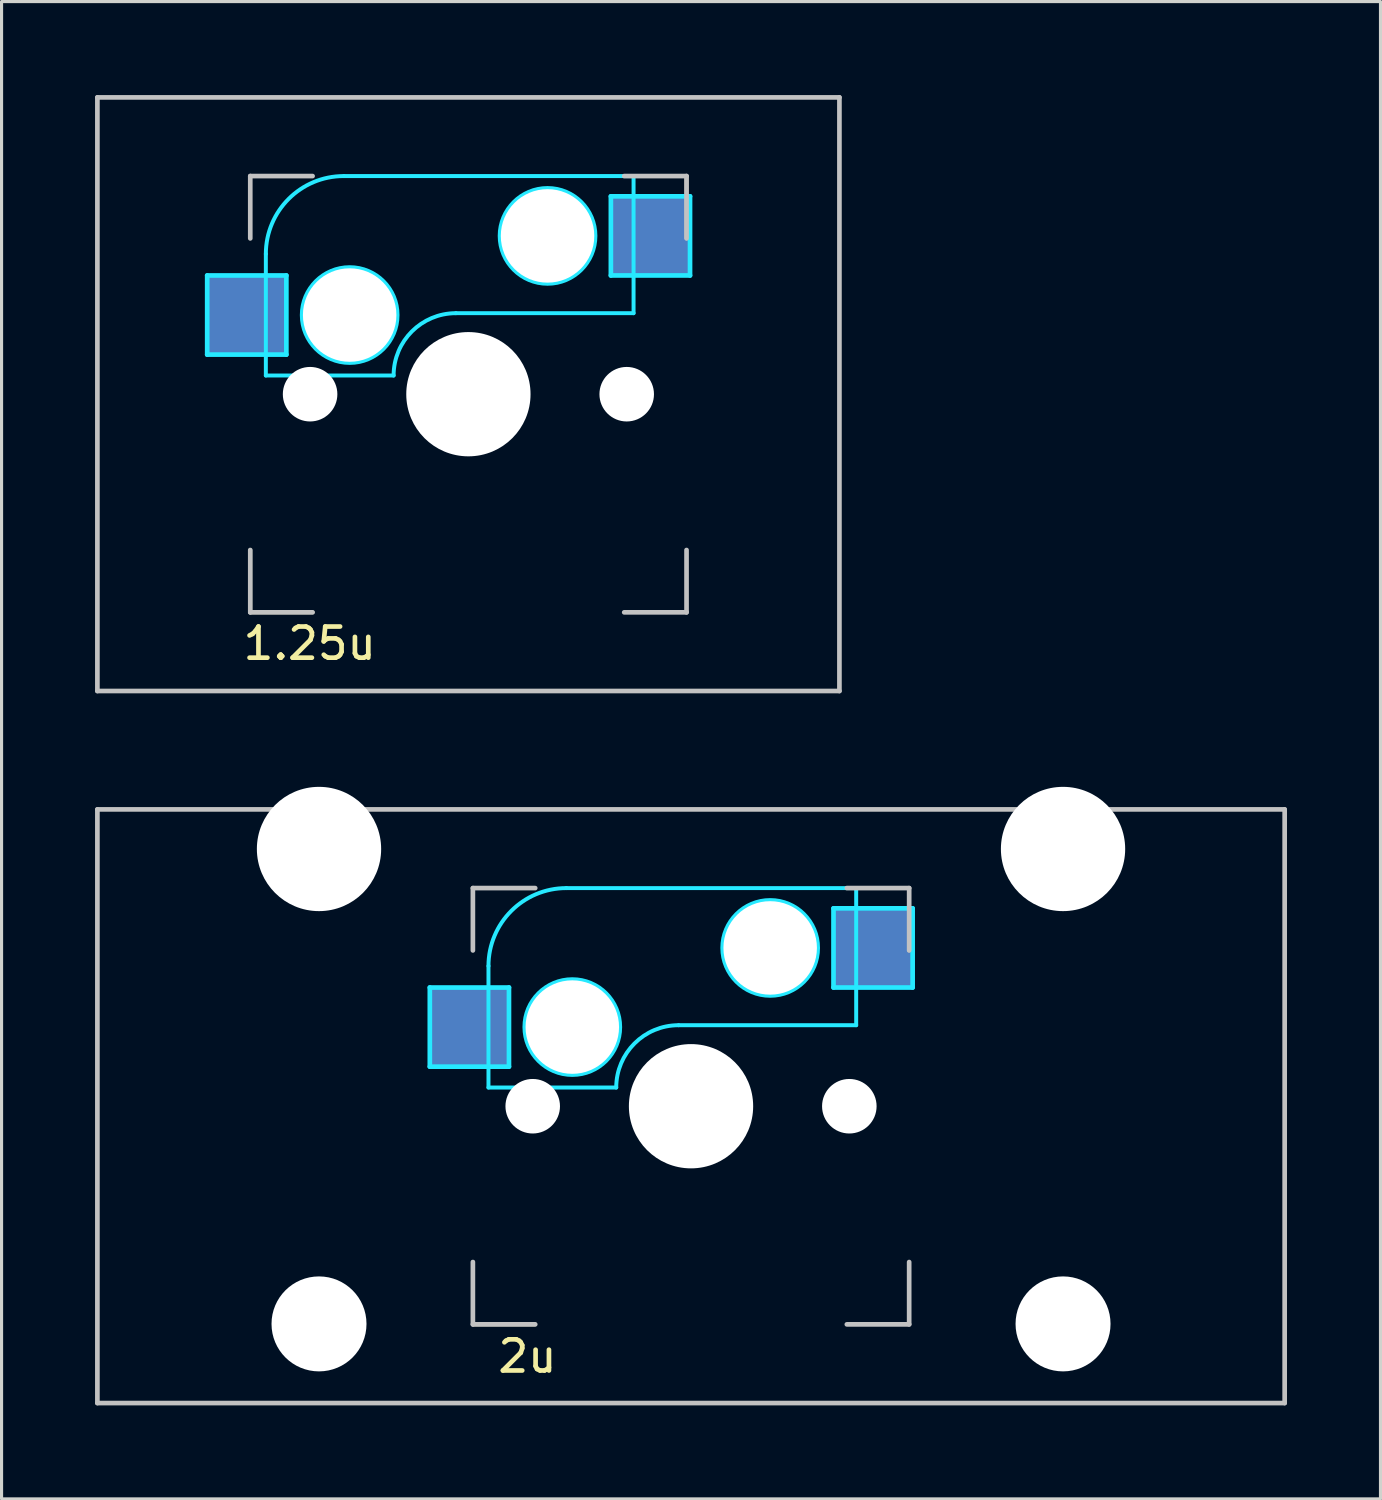
<source format=kicad_pcb>
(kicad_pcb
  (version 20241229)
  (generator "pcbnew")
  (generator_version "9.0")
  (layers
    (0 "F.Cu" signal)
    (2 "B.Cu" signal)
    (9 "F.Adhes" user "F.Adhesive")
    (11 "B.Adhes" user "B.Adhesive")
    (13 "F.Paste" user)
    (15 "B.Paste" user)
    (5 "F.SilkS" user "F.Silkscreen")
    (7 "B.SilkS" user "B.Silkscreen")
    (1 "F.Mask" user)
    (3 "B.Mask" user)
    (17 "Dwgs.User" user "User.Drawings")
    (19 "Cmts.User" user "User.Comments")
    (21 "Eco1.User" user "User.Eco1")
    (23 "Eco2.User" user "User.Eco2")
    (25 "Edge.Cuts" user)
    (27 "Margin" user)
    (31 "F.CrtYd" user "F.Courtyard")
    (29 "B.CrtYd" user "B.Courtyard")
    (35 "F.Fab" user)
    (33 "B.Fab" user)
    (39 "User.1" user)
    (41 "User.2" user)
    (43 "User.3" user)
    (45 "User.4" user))
  (footprint "1.25u"
    (layer "F.Cu")
    (at 11.981 9.6)
    (property "Reference" "1.25u" (at -5.094 8 0) (unlocked yes) (layer "F.SilkS") (effects (font (size 1 1) (thickness 0.15))))
    (attr through_hole)
    (fp_line (start -7 5) (end -7 7) (stroke (width 0.12) (type solid)) (layer "F.SilkS"))
    (fp_line (start -7 7) (end -5 7) (stroke (width 0.12) (type solid)) (layer "F.SilkS"))
    (fp_line (start 5 -7) (end 7 -7) (stroke (width 0.12) (type solid)) (layer "F.SilkS"))
    (fp_line (start 7 -7) (end 7 -5) (stroke (width 0.12) (type solid)) (layer "F.SilkS"))
    (fp_line (start -11.906 -9.525) (end 11.906 -9.525) (stroke (width 0.15) (type solid)) (layer "Dwgs.User"))
    (fp_line (start -11.906 9.525) (end -11.906 -9.525) (stroke (width 0.15) (type solid)) (layer "Dwgs.User"))
    (fp_line (start -7 -7) (end -7 -5) (stroke (width 0.15) (type solid)) (layer "Dwgs.User"))
    (fp_line (start -7 5) (end -7 7) (stroke (width 0.15) (type solid)) (layer "Dwgs.User"))
    (fp_line (start -7 7) (end -5 7) (stroke (width 0.15) (type solid)) (layer "Dwgs.User"))
    (fp_line (start -5 -7) (end -7 -7) (stroke (width 0.15) (type solid)) (layer "Dwgs.User"))
    (fp_line (start 5 -7) (end 7 -7) (stroke (width 0.15) (type solid)) (layer "Dwgs.User"))
    (fp_line (start 5 7) (end 7 7) (stroke (width 0.15) (type solid)) (layer "Dwgs.User"))
    (fp_line (start 7 -7) (end 7 -5) (stroke (width 0.15) (type solid)) (layer "Dwgs.User"))
    (fp_line (start 7 7) (end 7 5) (stroke (width 0.15) (type solid)) (layer "Dwgs.User"))
    (fp_line (start 11.906 -9.525) (end 11.906 9.525) (stroke (width 0.15) (type solid)) (layer "Dwgs.User"))
    (fp_line (start 11.906 9.525) (end -11.906 9.525) (stroke (width 0.15) (type solid)) (layer "Dwgs.User"))
    (fp_line (start -8.382 -3.81) (end -5.842 -3.81) (stroke (width 0.15) (type solid)) (layer "B.CrtYd"))
    (fp_line (start -8.382 -1.27) (end -8.382 -3.81) (stroke (width 0.15) (type solid)) (layer "B.CrtYd"))
    (fp_line (start -6.5 -4.5) (end -6.5 -0.6) (stroke (width 0.127) (type solid)) (layer "B.CrtYd"))
    (fp_line (start -6.5 -0.6) (end -2.4 -0.6) (stroke (width 0.127) (type solid)) (layer "B.CrtYd"))
    (fp_line (start -5.842 -3.81) (end -5.842 -1.27) (stroke (width 0.15) (type solid)) (layer "B.CrtYd"))
    (fp_line (start -5.842 -1.27) (end -8.382 -1.27) (stroke (width 0.15) (type solid)) (layer "B.CrtYd"))
    (fp_line (start -0.4 -2.6) (end 5.3 -2.6) (stroke (width 0.127) (type solid)) (layer "B.CrtYd"))
    (fp_line (start 4.572 -6.35) (end 7.112 -6.35) (stroke (width 0.15) (type solid)) (layer "B.CrtYd"))
    (fp_line (start 4.572 -3.81) (end 4.572 -6.35) (stroke (width 0.15) (type solid)) (layer "B.CrtYd"))
    (fp_line (start 5.3 -7) (end -4 -7) (stroke (width 0.127) (type solid)) (layer "B.CrtYd"))
    (fp_line (start 5.3 -7) (end 5.3 -2.6) (stroke (width 0.127) (type solid)) (layer "B.CrtYd"))
    (fp_line (start 7.112 -6.35) (end 7.112 -3.81) (stroke (width 0.15) (type solid)) (layer "B.CrtYd"))
    (fp_line (start 7.112 -3.81) (end 4.572 -3.81) (stroke (width 0.15) (type solid)) (layer "B.CrtYd"))
    (fp_arc (start -6.5 -4.5) (mid -5.767767 -6.267767) (end -4 -7) (stroke (width 0.127) (type solid)) (layer "B.CrtYd"))
    (fp_arc (start -2.4 -0.6) (mid -1.814214 -2.014214) (end -0.4 -2.6) (stroke (width 0.127) (type solid)) (layer "B.CrtYd"))
    (fp_circle (center -3.81 -2.54) (end -3.81 -4.064) (stroke (width 0.15) (type solid)) (fill no) (layer "B.CrtYd"))
    (fp_circle (center 2.54 -5.08) (end 2.54 -6.604) (stroke (width 0.15) (type solid)) (fill no) (layer "B.CrtYd"))
    (pad "" np_thru_hole circle (at -5.08 0 48.1) (size 1.75 1.75) (drill 1.75) (layers "*.Cu" "*.Mask"))
    (pad "" np_thru_hole circle (at -3.81 -2.54) (size 3 3) (drill 3) (layers "*.Cu" "*.Mask"))
    (pad "" np_thru_hole circle (at 0 0) (size 3.988 3.988) (drill 3.988) (layers "*.Cu" "*.Mask"))
    (pad "" np_thru_hole circle (at 2.54 -5.08) (size 3 3) (drill 3) (layers "*.Cu" "*.Mask"))
    (pad "" np_thru_hole circle (at 5.08 0 48.1) (size 1.75 1.75) (drill 1.75) (layers "*.Cu" "*.Mask"))
    (pad "1" smd rect (at -7.085 -2.54) (size 2.55 2.5) (layers "B.Cu" "B.Mask" "B.Paste"))
    (pad "2" smd rect (at 5.842 -5.08) (size 2.55 2.5) (layers "B.Cu" "B.Mask" "B.Paste")))
  (footprint "2u"
    (layer "F.Cu")
    (at 19.125 32.449)
    (property "Reference" "2u" (at -5.25 8.025 0) (unlocked yes) (layer "F.SilkS") (effects (font (size 1 1) (thickness 0.15))))
    (attr through_hole)
    (fp_line (start -7 5) (end -7 7) (stroke (width 0.12) (type solid)) (layer "F.SilkS"))
    (fp_line (start -7 7) (end -5 7) (stroke (width 0.12) (type solid)) (layer "F.SilkS"))
    (fp_line (start 5 -7) (end 7 -7) (stroke (width 0.12) (type solid)) (layer "F.SilkS"))
    (fp_line (start 7 -7) (end 7 -5) (stroke (width 0.12) (type solid)) (layer "F.SilkS"))
    (fp_line (start -19.05 -9.525) (end 19.05 -9.525) (stroke (width 0.15) (type solid)) (layer "Dwgs.User"))
    (fp_line (start -19.05 9.525) (end -19.05 -9.525) (stroke (width 0.15) (type solid)) (layer "Dwgs.User"))
    (fp_line (start -7 -7) (end -7 -5) (stroke (width 0.15) (type solid)) (layer "Dwgs.User"))
    (fp_line (start -7 5) (end -7 7) (stroke (width 0.15) (type solid)) (layer "Dwgs.User"))
    (fp_line (start -7 7) (end -5 7) (stroke (width 0.15) (type solid)) (layer "Dwgs.User"))
    (fp_line (start -5 -7) (end -7 -7) (stroke (width 0.15) (type solid)) (layer "Dwgs.User"))
    (fp_line (start 5 -7) (end 7 -7) (stroke (width 0.15) (type solid)) (layer "Dwgs.User"))
    (fp_line (start 5 7) (end 7 7) (stroke (width 0.15) (type solid)) (layer "Dwgs.User"))
    (fp_line (start 7 -7) (end 7 -5) (stroke (width 0.15) (type solid)) (layer "Dwgs.User"))
    (fp_line (start 7 7) (end 7 5) (stroke (width 0.15) (type solid)) (layer "Dwgs.User"))
    (fp_line (start 19.05 -9.525) (end 19.05 9.525) (stroke (width 0.15) (type solid)) (layer "Dwgs.User"))
    (fp_line (start 19.05 9.525) (end -19.05 9.525) (stroke (width 0.15) (type solid)) (layer "Dwgs.User"))
    (fp_line (start -8.382 -3.81) (end -5.842 -3.81) (stroke (width 0.15) (type solid)) (layer "B.CrtYd"))
    (fp_line (start -8.382 -1.27) (end -8.382 -3.81) (stroke (width 0.15) (type solid)) (layer "B.CrtYd"))
    (fp_line (start -6.5 -4.5) (end -6.5 -0.6) (stroke (width 0.127) (type solid)) (layer "B.CrtYd"))
    (fp_line (start -6.5 -0.6) (end -2.4 -0.6) (stroke (width 0.127) (type solid)) (layer "B.CrtYd"))
    (fp_line (start -5.842 -3.81) (end -5.842 -1.27) (stroke (width 0.15) (type solid)) (layer "B.CrtYd"))
    (fp_line (start -5.842 -1.27) (end -8.382 -1.27) (stroke (width 0.15) (type solid)) (layer "B.CrtYd"))
    (fp_line (start -0.4 -2.6) (end 5.3 -2.6) (stroke (width 0.127) (type solid)) (layer "B.CrtYd"))
    (fp_line (start 4.572 -6.35) (end 7.112 -6.35) (stroke (width 0.15) (type solid)) (layer "B.CrtYd"))
    (fp_line (start 4.572 -3.81) (end 4.572 -6.35) (stroke (width 0.15) (type solid)) (layer "B.CrtYd"))
    (fp_line (start 5.3 -7) (end -4 -7) (stroke (width 0.127) (type solid)) (layer "B.CrtYd"))
    (fp_line (start 5.3 -7) (end 5.3 -2.6) (stroke (width 0.127) (type solid)) (layer "B.CrtYd"))
    (fp_line (start 7.112 -6.35) (end 7.112 -3.81) (stroke (width 0.15) (type solid)) (layer "B.CrtYd"))
    (fp_line (start 7.112 -3.81) (end 4.572 -3.81) (stroke (width 0.15) (type solid)) (layer "B.CrtYd"))
    (fp_arc (start -6.5 -4.5) (mid -5.767767 -6.267767) (end -4 -7) (stroke (width 0.127) (type solid)) (layer "B.CrtYd"))
    (fp_arc (start -2.4 -0.6) (mid -1.814214 -2.014214) (end -0.4 -2.6) (stroke (width 0.127) (type solid)) (layer "B.CrtYd"))
    (fp_circle (center -3.81 -2.54) (end -3.81 -4.064) (stroke (width 0.15) (type solid)) (fill no) (layer "B.CrtYd"))
    (fp_circle (center 2.54 -5.08) (end 2.54 -6.604) (stroke (width 0.15) (type solid)) (fill no) (layer "B.CrtYd"))
    (pad "" np_thru_hole circle (at -11.938 -8.255) (size 3.988 3.988) (drill 3.988) (layers "*.Cu" "*.Mask"))
    (pad "" np_thru_hole circle (at -11.938 6.985) (size 3.048 3.048) (drill 3.048) (layers "*.Cu" "*.Mask"))
    (pad "" np_thru_hole circle (at -5.08 0 48.1) (size 1.75 1.75) (drill 1.75) (layers "*.Cu" "*.Mask"))
    (pad "" np_thru_hole circle (at -3.81 -2.54) (size 3 3) (drill 3) (layers "*.Cu" "*.Mask"))
    (pad "" np_thru_hole circle (at 0 0) (size 3.988 3.988) (drill 3.988) (layers "*.Cu" "*.Mask"))
    (pad "" np_thru_hole circle (at 2.54 -5.08) (size 3 3) (drill 3) (layers "*.Cu" "*.Mask"))
    (pad "" np_thru_hole circle (at 5.08 0 48.1) (size 1.75 1.75) (drill 1.75) (layers "*.Cu" "*.Mask"))
    (pad "" np_thru_hole circle (at 11.938 -8.255) (size 3.988 3.988) (drill 3.988) (layers "*.Cu" "*.Mask"))
    (pad "" np_thru_hole circle (at 11.938 6.985) (size 3.048 3.048) (drill 3.048) (layers "*.Cu" "*.Mask"))
    (pad "1" smd rect (at -7.085 -2.54) (size 2.55 2.5) (layers "B.Cu" "B.Mask" "B.Paste"))
    (pad "2" smd rect (at 5.842 -5.08) (size 2.55 2.5) (layers "B.Cu" "B.Mask" "B.Paste")))
  (gr_rect
    (start -3 -3)
    (end 41.25 45.049)
    (stroke (width 0.1) (type default))
    (fill no)
    (layer "Edge.Cuts")))
</source>
